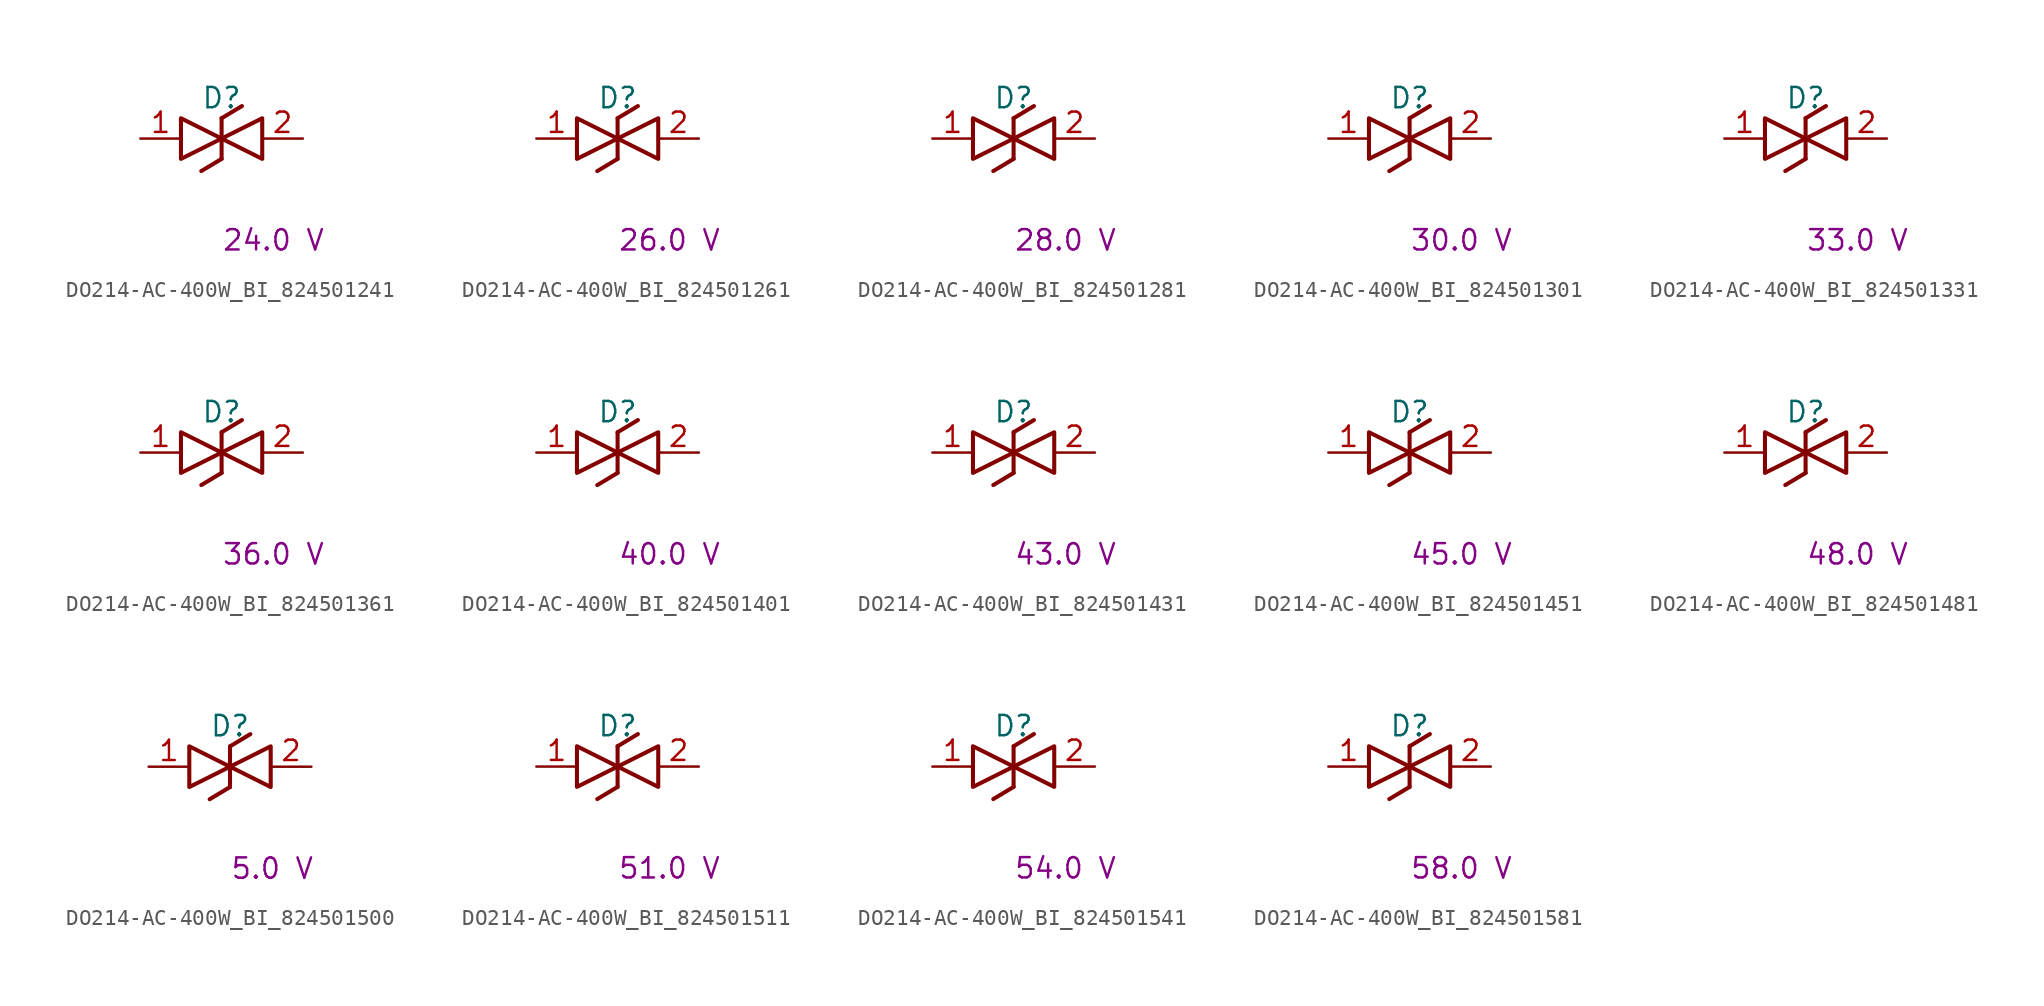
<source format=kicad_sym>
(kicad_symbol_lib
  (version 20220914)
  (generator kicad_symbol_editor)
  (symbol "DO214-AC-400W_BI_824501241"
    (pin_names hide)
    (property "Reference" "D"
      (at 0 2.54 0)
      (effects (font (size 1.27 1.27))))
    (property "Critical Parameter" "24.0 V"
      (at 0 -6.35 0)
      (effects (font (size 1.27 1.27)) (justify left)))
    (symbol "DO214-AC-400W_BI_824501241_0_1"
      (polyline (pts (xy -2.54 1.27) (xy -2.54 -1.27) (xy 2.54 1.27) (xy 2.54 -1.27) (xy -2.54 1.27)) (stroke (width 0.254) (type default)) (fill (type none))))
    (symbol "DO214-AC-400W_BI_824501241_1_1"
      (polyline (pts (xy 0 -1.27) (xy -1.27 -2.032)) (stroke (width 0.254) (type default)) (fill (type none)))
      (polyline (pts (xy 0 1.27) (xy 0 -1.27)) (stroke (width 0.254) (type default)) (fill (type none)))
      (polyline (pts (xy 0 1.27) (xy 1.27 2.032)) (stroke (width 0.254) (type default)) (fill (type none)))
      (pin passive line (at -5.08 0 0) (length 2.54) (name "1" (effects (font (size 1.27 1.27)))) (number "1" (effects (font (size 1.27 1.27)))))
      (pin passive line (at 5.08 0 180) (length 2.54) (name "2" (effects (font (size 1.27 1.27)))) (number "2" (effects (font (size 1.27 1.27)))))))
  (symbol "DO214-AC-400W_BI_824501261"
    (pin_names hide)
    (property "Reference" "D"
      (at 0 2.54 0)
      (effects (font (size 1.27 1.27))))
    (property "Critical Parameter" "26.0 V"
      (at 0 -6.35 0)
      (effects (font (size 1.27 1.27)) (justify left)))
    (symbol "DO214-AC-400W_BI_824501261_0_1"
      (polyline (pts (xy -2.54 1.27) (xy -2.54 -1.27) (xy 2.54 1.27) (xy 2.54 -1.27) (xy -2.54 1.27)) (stroke (width 0.254) (type default)) (fill (type none))))
    (symbol "DO214-AC-400W_BI_824501261_1_1"
      (polyline (pts (xy 0 -1.27) (xy -1.27 -2.032)) (stroke (width 0.254) (type default)) (fill (type none)))
      (polyline (pts (xy 0 1.27) (xy 0 -1.27)) (stroke (width 0.254) (type default)) (fill (type none)))
      (polyline (pts (xy 0 1.27) (xy 1.27 2.032)) (stroke (width 0.254) (type default)) (fill (type none)))
      (pin passive line (at -5.08 0 0) (length 2.54) (name "1" (effects (font (size 1.27 1.27)))) (number "1" (effects (font (size 1.27 1.27)))))
      (pin passive line (at 5.08 0 180) (length 2.54) (name "2" (effects (font (size 1.27 1.27)))) (number "2" (effects (font (size 1.27 1.27)))))))
  (symbol "DO214-AC-400W_BI_824501281"
    (pin_names hide)
    (property "Reference" "D"
      (at 0 2.54 0)
      (effects (font (size 1.27 1.27))))
    (property "Critical Parameter" "28.0 V"
      (at 0 -6.35 0)
      (effects (font (size 1.27 1.27)) (justify left)))
    (symbol "DO214-AC-400W_BI_824501281_0_1"
      (polyline (pts (xy -2.54 1.27) (xy -2.54 -1.27) (xy 2.54 1.27) (xy 2.54 -1.27) (xy -2.54 1.27)) (stroke (width 0.254) (type default)) (fill (type none))))
    (symbol "DO214-AC-400W_BI_824501281_1_1"
      (polyline (pts (xy 0 -1.27) (xy -1.27 -2.032)) (stroke (width 0.254) (type default)) (fill (type none)))
      (polyline (pts (xy 0 1.27) (xy 0 -1.27)) (stroke (width 0.254) (type default)) (fill (type none)))
      (polyline (pts (xy 0 1.27) (xy 1.27 2.032)) (stroke (width 0.254) (type default)) (fill (type none)))
      (pin passive line (at -5.08 0 0) (length 2.54) (name "1" (effects (font (size 1.27 1.27)))) (number "1" (effects (font (size 1.27 1.27)))))
      (pin passive line (at 5.08 0 180) (length 2.54) (name "2" (effects (font (size 1.27 1.27)))) (number "2" (effects (font (size 1.27 1.27)))))))
  (symbol "DO214-AC-400W_BI_824501301"
    (pin_names hide)
    (property "Reference" "D"
      (at 0 2.54 0)
      (effects (font (size 1.27 1.27))))
    (property "Critical Parameter" "30.0 V"
      (at 0 -6.35 0)
      (effects (font (size 1.27 1.27)) (justify left)))
    (symbol "DO214-AC-400W_BI_824501301_0_1"
      (polyline (pts (xy -2.54 1.27) (xy -2.54 -1.27) (xy 2.54 1.27) (xy 2.54 -1.27) (xy -2.54 1.27)) (stroke (width 0.254) (type default)) (fill (type none))))
    (symbol "DO214-AC-400W_BI_824501301_1_1"
      (polyline (pts (xy 0 -1.27) (xy -1.27 -2.032)) (stroke (width 0.254) (type default)) (fill (type none)))
      (polyline (pts (xy 0 1.27) (xy 0 -1.27)) (stroke (width 0.254) (type default)) (fill (type none)))
      (polyline (pts (xy 0 1.27) (xy 1.27 2.032)) (stroke (width 0.254) (type default)) (fill (type none)))
      (pin passive line (at -5.08 0 0) (length 2.54) (name "1" (effects (font (size 1.27 1.27)))) (number "1" (effects (font (size 1.27 1.27)))))
      (pin passive line (at 5.08 0 180) (length 2.54) (name "2" (effects (font (size 1.27 1.27)))) (number "2" (effects (font (size 1.27 1.27)))))))
  (symbol "DO214-AC-400W_BI_824501331"
    (pin_names hide)
    (property "Reference" "D"
      (at 0 2.54 0)
      (effects (font (size 1.27 1.27))))
    (property "Critical Parameter" "33.0 V"
      (at 0 -6.35 0)
      (effects (font (size 1.27 1.27)) (justify left)))
    (symbol "DO214-AC-400W_BI_824501331_0_1"
      (polyline (pts (xy -2.54 1.27) (xy -2.54 -1.27) (xy 2.54 1.27) (xy 2.54 -1.27) (xy -2.54 1.27)) (stroke (width 0.254) (type default)) (fill (type none))))
    (symbol "DO214-AC-400W_BI_824501331_1_1"
      (polyline (pts (xy 0 -1.27) (xy -1.27 -2.032)) (stroke (width 0.254) (type default)) (fill (type none)))
      (polyline (pts (xy 0 1.27) (xy 0 -1.27)) (stroke (width 0.254) (type default)) (fill (type none)))
      (polyline (pts (xy 0 1.27) (xy 1.27 2.032)) (stroke (width 0.254) (type default)) (fill (type none)))
      (pin passive line (at -5.08 0 0) (length 2.54) (name "1" (effects (font (size 1.27 1.27)))) (number "1" (effects (font (size 1.27 1.27)))))
      (pin passive line (at 5.08 0 180) (length 2.54) (name "2" (effects (font (size 1.27 1.27)))) (number "2" (effects (font (size 1.27 1.27)))))))
  (symbol "DO214-AC-400W_BI_824501361"
    (pin_names hide)
    (property "Reference" "D"
      (at 0 2.54 0)
      (effects (font (size 1.27 1.27))))
    (property "Critical Parameter" "36.0 V"
      (at 0 -6.35 0)
      (effects (font (size 1.27 1.27)) (justify left)))
    (symbol "DO214-AC-400W_BI_824501361_0_1"
      (polyline (pts (xy -2.54 1.27) (xy -2.54 -1.27) (xy 2.54 1.27) (xy 2.54 -1.27) (xy -2.54 1.27)) (stroke (width 0.254) (type default)) (fill (type none))))
    (symbol "DO214-AC-400W_BI_824501361_1_1"
      (polyline (pts (xy 0 -1.27) (xy -1.27 -2.032)) (stroke (width 0.254) (type default)) (fill (type none)))
      (polyline (pts (xy 0 1.27) (xy 0 -1.27)) (stroke (width 0.254) (type default)) (fill (type none)))
      (polyline (pts (xy 0 1.27) (xy 1.27 2.032)) (stroke (width 0.254) (type default)) (fill (type none)))
      (pin passive line (at -5.08 0 0) (length 2.54) (name "1" (effects (font (size 1.27 1.27)))) (number "1" (effects (font (size 1.27 1.27)))))
      (pin passive line (at 5.08 0 180) (length 2.54) (name "2" (effects (font (size 1.27 1.27)))) (number "2" (effects (font (size 1.27 1.27)))))))
  (symbol "DO214-AC-400W_BI_824501401"
    (pin_names hide)
    (property "Reference" "D"
      (at 0 2.54 0)
      (effects (font (size 1.27 1.27))))
    (property "Critical Parameter" "40.0 V"
      (at 0 -6.35 0)
      (effects (font (size 1.27 1.27)) (justify left)))
    (symbol "DO214-AC-400W_BI_824501401_0_1"
      (polyline (pts (xy -2.54 1.27) (xy -2.54 -1.27) (xy 2.54 1.27) (xy 2.54 -1.27) (xy -2.54 1.27)) (stroke (width 0.254) (type default)) (fill (type none))))
    (symbol "DO214-AC-400W_BI_824501401_1_1"
      (polyline (pts (xy 0 -1.27) (xy -1.27 -2.032)) (stroke (width 0.254) (type default)) (fill (type none)))
      (polyline (pts (xy 0 1.27) (xy 0 -1.27)) (stroke (width 0.254) (type default)) (fill (type none)))
      (polyline (pts (xy 0 1.27) (xy 1.27 2.032)) (stroke (width 0.254) (type default)) (fill (type none)))
      (pin passive line (at -5.08 0 0) (length 2.54) (name "1" (effects (font (size 1.27 1.27)))) (number "1" (effects (font (size 1.27 1.27)))))
      (pin passive line (at 5.08 0 180) (length 2.54) (name "2" (effects (font (size 1.27 1.27)))) (number "2" (effects (font (size 1.27 1.27)))))))
  (symbol "DO214-AC-400W_BI_824501431"
    (pin_names hide)
    (property "Reference" "D"
      (at 0 2.54 0)
      (effects (font (size 1.27 1.27))))
    (property "Critical Parameter" "43.0 V"
      (at 0 -6.35 0)
      (effects (font (size 1.27 1.27)) (justify left)))
    (symbol "DO214-AC-400W_BI_824501431_0_1"
      (polyline (pts (xy -2.54 1.27) (xy -2.54 -1.27) (xy 2.54 1.27) (xy 2.54 -1.27) (xy -2.54 1.27)) (stroke (width 0.254) (type default)) (fill (type none))))
    (symbol "DO214-AC-400W_BI_824501431_1_1"
      (polyline (pts (xy 0 -1.27) (xy -1.27 -2.032)) (stroke (width 0.254) (type default)) (fill (type none)))
      (polyline (pts (xy 0 1.27) (xy 0 -1.27)) (stroke (width 0.254) (type default)) (fill (type none)))
      (polyline (pts (xy 0 1.27) (xy 1.27 2.032)) (stroke (width 0.254) (type default)) (fill (type none)))
      (pin passive line (at -5.08 0 0) (length 2.54) (name "1" (effects (font (size 1.27 1.27)))) (number "1" (effects (font (size 1.27 1.27)))))
      (pin passive line (at 5.08 0 180) (length 2.54) (name "2" (effects (font (size 1.27 1.27)))) (number "2" (effects (font (size 1.27 1.27)))))))
  (symbol "DO214-AC-400W_BI_824501451"
    (pin_names hide)
    (property "Reference" "D"
      (at 0 2.54 0)
      (effects (font (size 1.27 1.27))))
    (property "Critical Parameter" "45.0 V"
      (at 0 -6.35 0)
      (effects (font (size 1.27 1.27)) (justify left)))
    (symbol "DO214-AC-400W_BI_824501451_0_1"
      (polyline (pts (xy -2.54 1.27) (xy -2.54 -1.27) (xy 2.54 1.27) (xy 2.54 -1.27) (xy -2.54 1.27)) (stroke (width 0.254) (type default)) (fill (type none))))
    (symbol "DO214-AC-400W_BI_824501451_1_1"
      (polyline (pts (xy 0 -1.27) (xy -1.27 -2.032)) (stroke (width 0.254) (type default)) (fill (type none)))
      (polyline (pts (xy 0 1.27) (xy 0 -1.27)) (stroke (width 0.254) (type default)) (fill (type none)))
      (polyline (pts (xy 0 1.27) (xy 1.27 2.032)) (stroke (width 0.254) (type default)) (fill (type none)))
      (pin passive line (at -5.08 0 0) (length 2.54) (name "1" (effects (font (size 1.27 1.27)))) (number "1" (effects (font (size 1.27 1.27)))))
      (pin passive line (at 5.08 0 180) (length 2.54) (name "2" (effects (font (size 1.27 1.27)))) (number "2" (effects (font (size 1.27 1.27)))))))
  (symbol "DO214-AC-400W_BI_824501481"
    (pin_names hide)
    (property "Reference" "D"
      (at 0 2.54 0)
      (effects (font (size 1.27 1.27))))
    (property "Critical Parameter" "48.0 V"
      (at 0 -6.35 0)
      (effects (font (size 1.27 1.27)) (justify left)))
    (symbol "DO214-AC-400W_BI_824501481_0_1"
      (polyline (pts (xy -2.54 1.27) (xy -2.54 -1.27) (xy 2.54 1.27) (xy 2.54 -1.27) (xy -2.54 1.27)) (stroke (width 0.254) (type default)) (fill (type none))))
    (symbol "DO214-AC-400W_BI_824501481_1_1"
      (polyline (pts (xy 0 -1.27) (xy -1.27 -2.032)) (stroke (width 0.254) (type default)) (fill (type none)))
      (polyline (pts (xy 0 1.27) (xy 0 -1.27)) (stroke (width 0.254) (type default)) (fill (type none)))
      (polyline (pts (xy 0 1.27) (xy 1.27 2.032)) (stroke (width 0.254) (type default)) (fill (type none)))
      (pin passive line (at -5.08 0 0) (length 2.54) (name "1" (effects (font (size 1.27 1.27)))) (number "1" (effects (font (size 1.27 1.27)))))
      (pin passive line (at 5.08 0 180) (length 2.54) (name "2" (effects (font (size 1.27 1.27)))) (number "2" (effects (font (size 1.27 1.27)))))))
  (symbol "DO214-AC-400W_BI_824501500"
    (pin_names hide)
    (property "Reference" "D"
      (at 0 2.54 0)
      (effects (font (size 1.27 1.27))))
    (property "Critical Parameter" "5.0 V"
      (at 0 -6.35 0)
      (effects (font (size 1.27 1.27)) (justify left)))
    (symbol "DO214-AC-400W_BI_824501500_0_1"
      (polyline (pts (xy -2.54 1.27) (xy -2.54 -1.27) (xy 2.54 1.27) (xy 2.54 -1.27) (xy -2.54 1.27)) (stroke (width 0.254) (type default)) (fill (type none))))
    (symbol "DO214-AC-400W_BI_824501500_1_1"
      (polyline (pts (xy 0 -1.27) (xy -1.27 -2.032)) (stroke (width 0.254) (type default)) (fill (type none)))
      (polyline (pts (xy 0 1.27) (xy 0 -1.27)) (stroke (width 0.254) (type default)) (fill (type none)))
      (polyline (pts (xy 0 1.27) (xy 1.27 2.032)) (stroke (width 0.254) (type default)) (fill (type none)))
      (pin passive line (at -5.08 0 0) (length 2.54) (name "1" (effects (font (size 1.27 1.27)))) (number "1" (effects (font (size 1.27 1.27)))))
      (pin passive line (at 5.08 0 180) (length 2.54) (name "2" (effects (font (size 1.27 1.27)))) (number "2" (effects (font (size 1.27 1.27)))))))
  (symbol "DO214-AC-400W_BI_824501511"
    (pin_names hide)
    (property "Reference" "D"
      (at 0 2.54 0)
      (effects (font (size 1.27 1.27))))
    (property "Critical Parameter" "51.0 V"
      (at 0 -6.35 0)
      (effects (font (size 1.27 1.27)) (justify left)))
    (symbol "DO214-AC-400W_BI_824501511_0_1"
      (polyline (pts (xy -2.54 1.27) (xy -2.54 -1.27) (xy 2.54 1.27) (xy 2.54 -1.27) (xy -2.54 1.27)) (stroke (width 0.254) (type default)) (fill (type none))))
    (symbol "DO214-AC-400W_BI_824501511_1_1"
      (polyline (pts (xy 0 -1.27) (xy -1.27 -2.032)) (stroke (width 0.254) (type default)) (fill (type none)))
      (polyline (pts (xy 0 1.27) (xy 0 -1.27)) (stroke (width 0.254) (type default)) (fill (type none)))
      (polyline (pts (xy 0 1.27) (xy 1.27 2.032)) (stroke (width 0.254) (type default)) (fill (type none)))
      (pin passive line (at -5.08 0 0) (length 2.54) (name "1" (effects (font (size 1.27 1.27)))) (number "1" (effects (font (size 1.27 1.27)))))
      (pin passive line (at 5.08 0 180) (length 2.54) (name "2" (effects (font (size 1.27 1.27)))) (number "2" (effects (font (size 1.27 1.27)))))))
  (symbol "DO214-AC-400W_BI_824501541"
    (pin_names hide)
    (property "Reference" "D"
      (at 0 2.54 0)
      (effects (font (size 1.27 1.27))))
    (property "Critical Parameter" "54.0 V"
      (at 0 -6.35 0)
      (effects (font (size 1.27 1.27)) (justify left)))
    (symbol "DO214-AC-400W_BI_824501541_0_1"
      (polyline (pts (xy -2.54 1.27) (xy -2.54 -1.27) (xy 2.54 1.27) (xy 2.54 -1.27) (xy -2.54 1.27)) (stroke (width 0.254) (type default)) (fill (type none))))
    (symbol "DO214-AC-400W_BI_824501541_1_1"
      (polyline (pts (xy 0 -1.27) (xy -1.27 -2.032)) (stroke (width 0.254) (type default)) (fill (type none)))
      (polyline (pts (xy 0 1.27) (xy 0 -1.27)) (stroke (width 0.254) (type default)) (fill (type none)))
      (polyline (pts (xy 0 1.27) (xy 1.27 2.032)) (stroke (width 0.254) (type default)) (fill (type none)))
      (pin passive line (at -5.08 0 0) (length 2.54) (name "1" (effects (font (size 1.27 1.27)))) (number "1" (effects (font (size 1.27 1.27)))))
      (pin passive line (at 5.08 0 180) (length 2.54) (name "2" (effects (font (size 1.27 1.27)))) (number "2" (effects (font (size 1.27 1.27)))))))
  (symbol "DO214-AC-400W_BI_824501581"
    (pin_names hide)
    (property "Reference" "D"
      (at 0 2.54 0)
      (effects (font (size 1.27 1.27))))
    (property "Critical Parameter" "58.0 V"
      (at 0 -6.35 0)
      (effects (font (size 1.27 1.27)) (justify left)))
    (symbol "DO214-AC-400W_BI_824501581_0_1"
      (polyline (pts (xy -2.54 1.27) (xy -2.54 -1.27) (xy 2.54 1.27) (xy 2.54 -1.27) (xy -2.54 1.27)) (stroke (width 0.254) (type default)) (fill (type none))))
    (symbol "DO214-AC-400W_BI_824501581_1_1"
      (polyline (pts (xy 0 -1.27) (xy -1.27 -2.032)) (stroke (width 0.254) (type default)) (fill (type none)))
      (polyline (pts (xy 0 1.27) (xy 0 -1.27)) (stroke (width 0.254) (type default)) (fill (type none)))
      (polyline (pts (xy 0 1.27) (xy 1.27 2.032)) (stroke (width 0.254) (type default)) (fill (type none)))
      (pin passive line (at -5.08 0 0) (length 2.54) (name "1" (effects (font (size 1.27 1.27)))) (number "1" (effects (font (size 1.27 1.27)))))
      (pin passive line (at 5.08 0 180) (length 2.54) (name "2" (effects (font (size 1.27 1.27)))) (number "2" (effects (font (size 1.27 1.27))))))))
</source>
